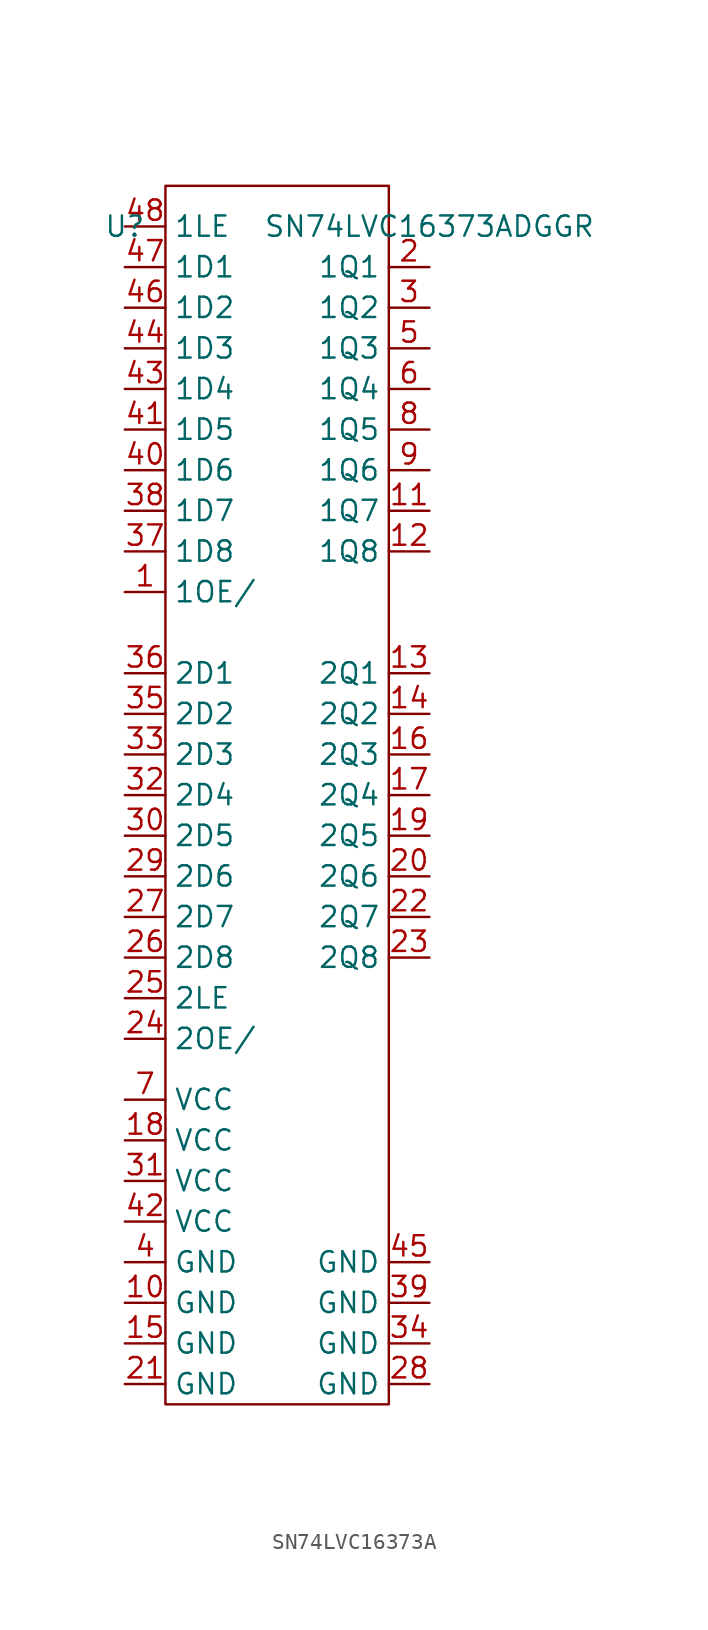
<source format=kicad_sym>
(kicad_symbol_lib
  (version 20231120)
  (generator "kicad_symbol_editor")
  (generator_version "8.0")
  (symbol "SN74LVC16373A"
    (property "Reference" "U"
      (at -10.16 31.75 0)
      (effects (font (size 1.27 1.27))))
    (property "Value" "SN74LVC16373ADGGR"
      (at 8.89 31.75 0)
      (effects (font (size 1.27 1.27))))
    (symbol "SN74LVC16373A_0_0"
      (pin input line (at -10.16 8.89 0) (length 2.54) (name "1OE/" (effects (font (size 1.27 1.27)))) (number "1" (effects (font (size 1.27 1.27)))))
      (pin output line (at 8.89 13.97 180) (length 2.54) (name "1Q7" (effects (font (size 1.27 1.27)))) (number "11" (effects (font (size 1.27 1.27)))))
      (pin output line (at 8.89 11.43 180) (length 2.54) (name "1Q8" (effects (font (size 1.27 1.27)))) (number "12" (effects (font (size 1.27 1.27)))))
      (pin output line (at 8.89 3.81 180) (length 2.54) (name "2Q1" (effects (font (size 1.27 1.27)))) (number "13" (effects (font (size 1.27 1.27)))))
      (pin output line (at 8.89 1.27 180) (length 2.54) (name "2Q2" (effects (font (size 1.27 1.27)))) (number "14" (effects (font (size 1.27 1.27)))))
      (pin output line (at 8.89 -1.27 180) (length 2.54) (name "2Q3" (effects (font (size 1.27 1.27)))) (number "16" (effects (font (size 1.27 1.27)))))
      (pin output line (at 8.89 -3.81 180) (length 2.54) (name "2Q4" (effects (font (size 1.27 1.27)))) (number "17" (effects (font (size 1.27 1.27)))))
      (pin power_in line (at -10.16 -25.4 0) (length 2.54) (name "VCC" (effects (font (size 1.27 1.27)))) (number "18" (effects (font (size 1.27 1.27)))))
      (pin output line (at 8.89 -6.35 180) (length 2.54) (name "2Q5" (effects (font (size 1.27 1.27)))) (number "19" (effects (font (size 1.27 1.27)))))
      (pin output line (at 8.89 29.21 180) (length 2.54) (name "1Q1" (effects (font (size 1.27 1.27)))) (number "2" (effects (font (size 1.27 1.27)))))
      (pin output line (at 8.89 -8.89 180) (length 2.54) (name "2Q6" (effects (font (size 1.27 1.27)))) (number "20" (effects (font (size 1.27 1.27)))))
      (pin output line (at 8.89 -11.43 180) (length 2.54) (name "2Q7" (effects (font (size 1.27 1.27)))) (number "22" (effects (font (size 1.27 1.27)))))
      (pin output line (at 8.89 -13.97 180) (length 2.54) (name "2Q8" (effects (font (size 1.27 1.27)))) (number "23" (effects (font (size 1.27 1.27)))))
      (pin input line (at -10.16 -16.51 0) (length 2.54) (name "2LE" (effects (font (size 1.27 1.27)))) (number "25" (effects (font (size 1.27 1.27)))))
      (pin input line (at -10.16 -13.97 0) (length 2.54) (name "2D8" (effects (font (size 1.27 1.27)))) (number "26" (effects (font (size 1.27 1.27)))))
      (pin input line (at -10.16 -11.43 0) (length 2.54) (name "2D7" (effects (font (size 1.27 1.27)))) (number "27" (effects (font (size 1.27 1.27)))))
      (pin input line (at -10.16 -8.89 0) (length 2.54) (name "2D6" (effects (font (size 1.27 1.27)))) (number "29" (effects (font (size 1.27 1.27)))))
      (pin output line (at 8.89 26.67 180) (length 2.54) (name "1Q2" (effects (font (size 1.27 1.27)))) (number "3" (effects (font (size 1.27 1.27)))))
      (pin input line (at -10.16 -6.35 0) (length 2.54) (name "2D5" (effects (font (size 1.27 1.27)))) (number "30" (effects (font (size 1.27 1.27)))))
      (pin power_in line (at -10.16 -27.94 0) (length 2.54) (name "VCC" (effects (font (size 1.27 1.27)))) (number "31" (effects (font (size 1.27 1.27)))))
      (pin input line (at -10.16 -3.81 0) (length 2.54) (name "2D4" (effects (font (size 1.27 1.27)))) (number "32" (effects (font (size 1.27 1.27)))))
      (pin input line (at -10.16 -1.27 0) (length 2.54) (name "2D3" (effects (font (size 1.27 1.27)))) (number "33" (effects (font (size 1.27 1.27)))))
      (pin input line (at -10.16 1.27 0) (length 2.54) (name "2D2" (effects (font (size 1.27 1.27)))) (number "35" (effects (font (size 1.27 1.27)))))
      (pin input line (at -10.16 3.81 0) (length 2.54) (name "2D1" (effects (font (size 1.27 1.27)))) (number "36" (effects (font (size 1.27 1.27)))))
      (pin input line (at -10.16 11.43 0) (length 2.54) (name "1D8" (effects (font (size 1.27 1.27)))) (number "37" (effects (font (size 1.27 1.27)))))
      (pin input line (at -10.16 13.97 0) (length 2.54) (name "1D7" (effects (font (size 1.27 1.27)))) (number "38" (effects (font (size 1.27 1.27)))))
      (pin input line (at -10.16 16.51 0) (length 2.54) (name "1D6" (effects (font (size 1.27 1.27)))) (number "40" (effects (font (size 1.27 1.27)))))
      (pin input line (at -10.16 19.05 0) (length 2.54) (name "1D5" (effects (font (size 1.27 1.27)))) (number "41" (effects (font (size 1.27 1.27)))))
      (pin power_in line (at -10.16 -30.48 0) (length 2.54) (name "VCC" (effects (font (size 1.27 1.27)))) (number "42" (effects (font (size 1.27 1.27)))))
      (pin input line (at -10.16 21.59 0) (length 2.54) (name "1D4" (effects (font (size 1.27 1.27)))) (number "43" (effects (font (size 1.27 1.27)))))
      (pin input line (at -10.16 24.13 0) (length 2.54) (name "1D3" (effects (font (size 1.27 1.27)))) (number "44" (effects (font (size 1.27 1.27)))))
      (pin input line (at -10.16 26.67 0) (length 2.54) (name "1D2" (effects (font (size 1.27 1.27)))) (number "46" (effects (font (size 1.27 1.27)))))
      (pin input line (at -10.16 29.21 0) (length 2.54) (name "1D1" (effects (font (size 1.27 1.27)))) (number "47" (effects (font (size 1.27 1.27)))))
      (pin input line (at -10.16 31.75 0) (length 2.54) (name "1LE" (effects (font (size 1.27 1.27)))) (number "48" (effects (font (size 1.27 1.27)))))
      (pin output line (at 8.89 24.13 180) (length 2.54) (name "1Q3" (effects (font (size 1.27 1.27)))) (number "5" (effects (font (size 1.27 1.27)))))
      (pin output line (at 8.89 21.59 180) (length 2.54) (name "1Q4" (effects (font (size 1.27 1.27)))) (number "6" (effects (font (size 1.27 1.27)))))
      (pin power_in line (at -10.16 -22.86 0) (length 2.54) (name "VCC" (effects (font (size 1.27 1.27)))) (number "7" (effects (font (size 1.27 1.27)))))
      (pin output line (at 8.89 19.05 180) (length 2.54) (name "1Q5" (effects (font (size 1.27 1.27)))) (number "8" (effects (font (size 1.27 1.27)))))
      (pin output line (at 8.89 16.51 180) (length 2.54) (name "1Q6" (effects (font (size 1.27 1.27)))) (number "9" (effects (font (size 1.27 1.27))))))
    (symbol "SN74LVC16373A_0_1"
      (rectangle (start -7.62 34.29) (end 6.35 -41.91) (stroke (width 0) (type default)) (fill (type none))))
    (symbol "SN74LVC16373A_1_0"
      (pin power_in line (at -10.16 -35.56 0) (length 2.54) (name "GND" (effects (font (size 1.27 1.27)))) (number "10" (effects (font (size 1.27 1.27)))))
      (pin power_in line (at -10.16 -38.1 0) (length 2.54) (name "GND" (effects (font (size 1.27 1.27)))) (number "15" (effects (font (size 1.27 1.27)))))
      (pin power_in line (at -10.16 -40.64 0) (length 2.54) (name "GND" (effects (font (size 1.27 1.27)))) (number "21" (effects (font (size 1.27 1.27)))))
      (pin input line (at -10.16 -19.05 0) (length 2.54) (name "2OE/" (effects (font (size 1.27 1.27)))) (number "24" (effects (font (size 1.27 1.27)))))
      (pin power_in line (at 8.89 -40.64 180) (length 2.54) (name "GND" (effects (font (size 1.27 1.27)))) (number "28" (effects (font (size 1.27 1.27)))))
      (pin power_in line (at 8.89 -38.1 180) (length 2.54) (name "GND" (effects (font (size 1.27 1.27)))) (number "34" (effects (font (size 1.27 1.27)))))
      (pin power_in line (at 8.89 -35.56 180) (length 2.54) (name "GND" (effects (font (size 1.27 1.27)))) (number "39" (effects (font (size 1.27 1.27)))))
      (pin power_in line (at -10.16 -33.02 0) (length 2.54) (name "GND" (effects (font (size 1.27 1.27)))) (number "4" (effects (font (size 1.27 1.27)))))
      (pin power_in line (at 8.89 -33.02 180) (length 2.54) (name "GND" (effects (font (size 1.27 1.27)))) (number "45" (effects (font (size 1.27 1.27))))))))
</source>
